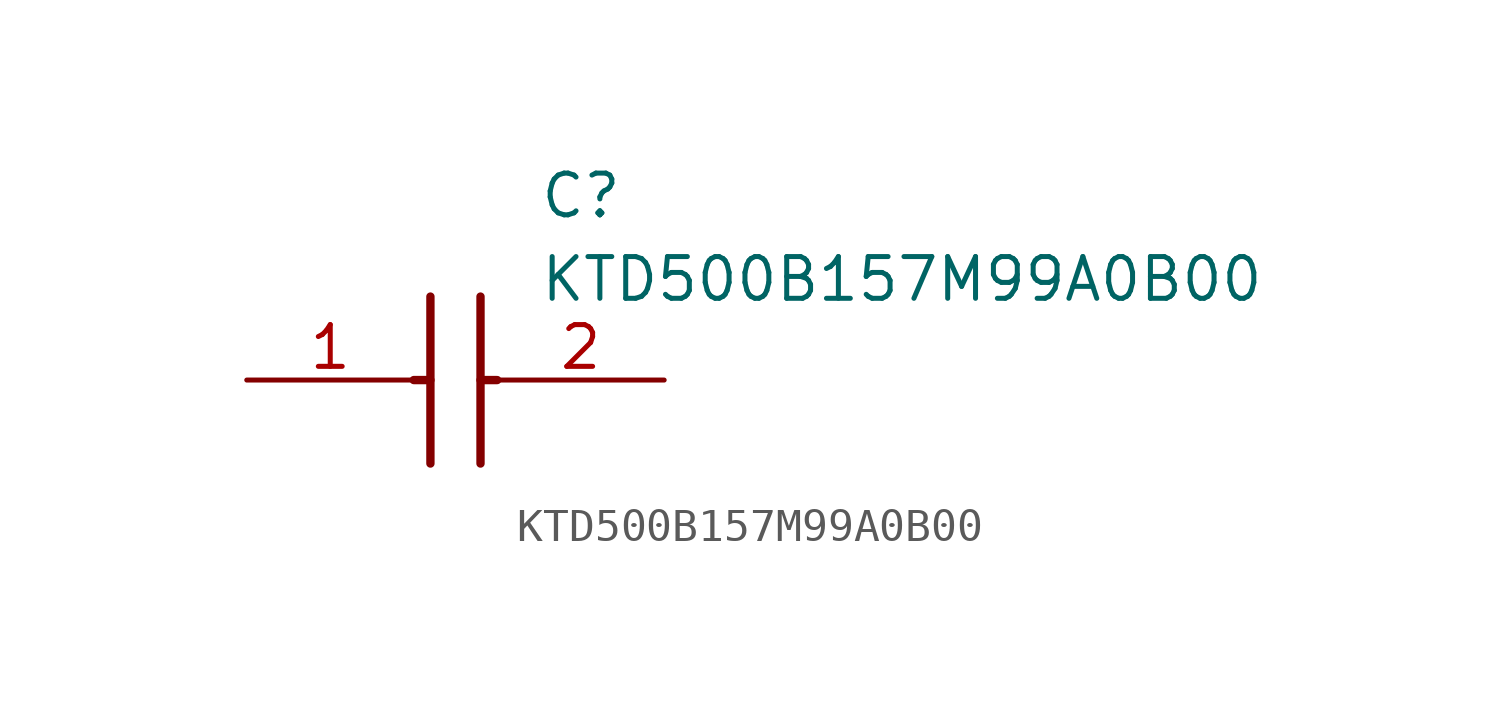
<source format=kicad_sym>
(kicad_symbol_lib
  (version 20211014)
  (generator SamacSys_ECAD_Model)
  (symbol "KTD500B157M99A0B00"
    (pin_names hide)
    (property "Reference" "C"
      (at 8.89 6.35 0)
      (effects (font (size 1.27 1.27)) (justify left top)))
    (property "Value" "KTD500B157M99A0B00"
      (at 8.89 3.81 0)
      (effects (font (size 1.27 1.27)) (justify left top)))
    (polyline
      (pts (xy 5.588 2.54) (xy 5.588 -2.54))
      (stroke (width 0.254) (type default))
      (fill (type none)))
    (polyline
      (pts (xy 7.112 2.54) (xy 7.112 -2.54))
      (stroke (width 0.254) (type default))
      (fill (type none)))
    (polyline
      (pts (xy 5.08 0) (xy 5.588 0))
      (stroke (width 0.254) (type default))
      (fill (type none)))
    (polyline
      (pts (xy 7.112 0) (xy 7.62 0))
      (stroke (width 0.254) (type default))
      (fill (type none)))
    (pin passive line
      (at 0 0 0)
      (length 5.08)
      (name "1" (effects (font (size 1.27 1.27))))
      (number "1" (effects (font (size 1.27 1.27)))))
    (pin passive line
      (at 12.7 0 180)
      (length 5.08)
      (name "2" (effects (font (size 1.27 1.27))))
      (number "2" (effects (font (size 1.27 1.27)))))))
</source>
